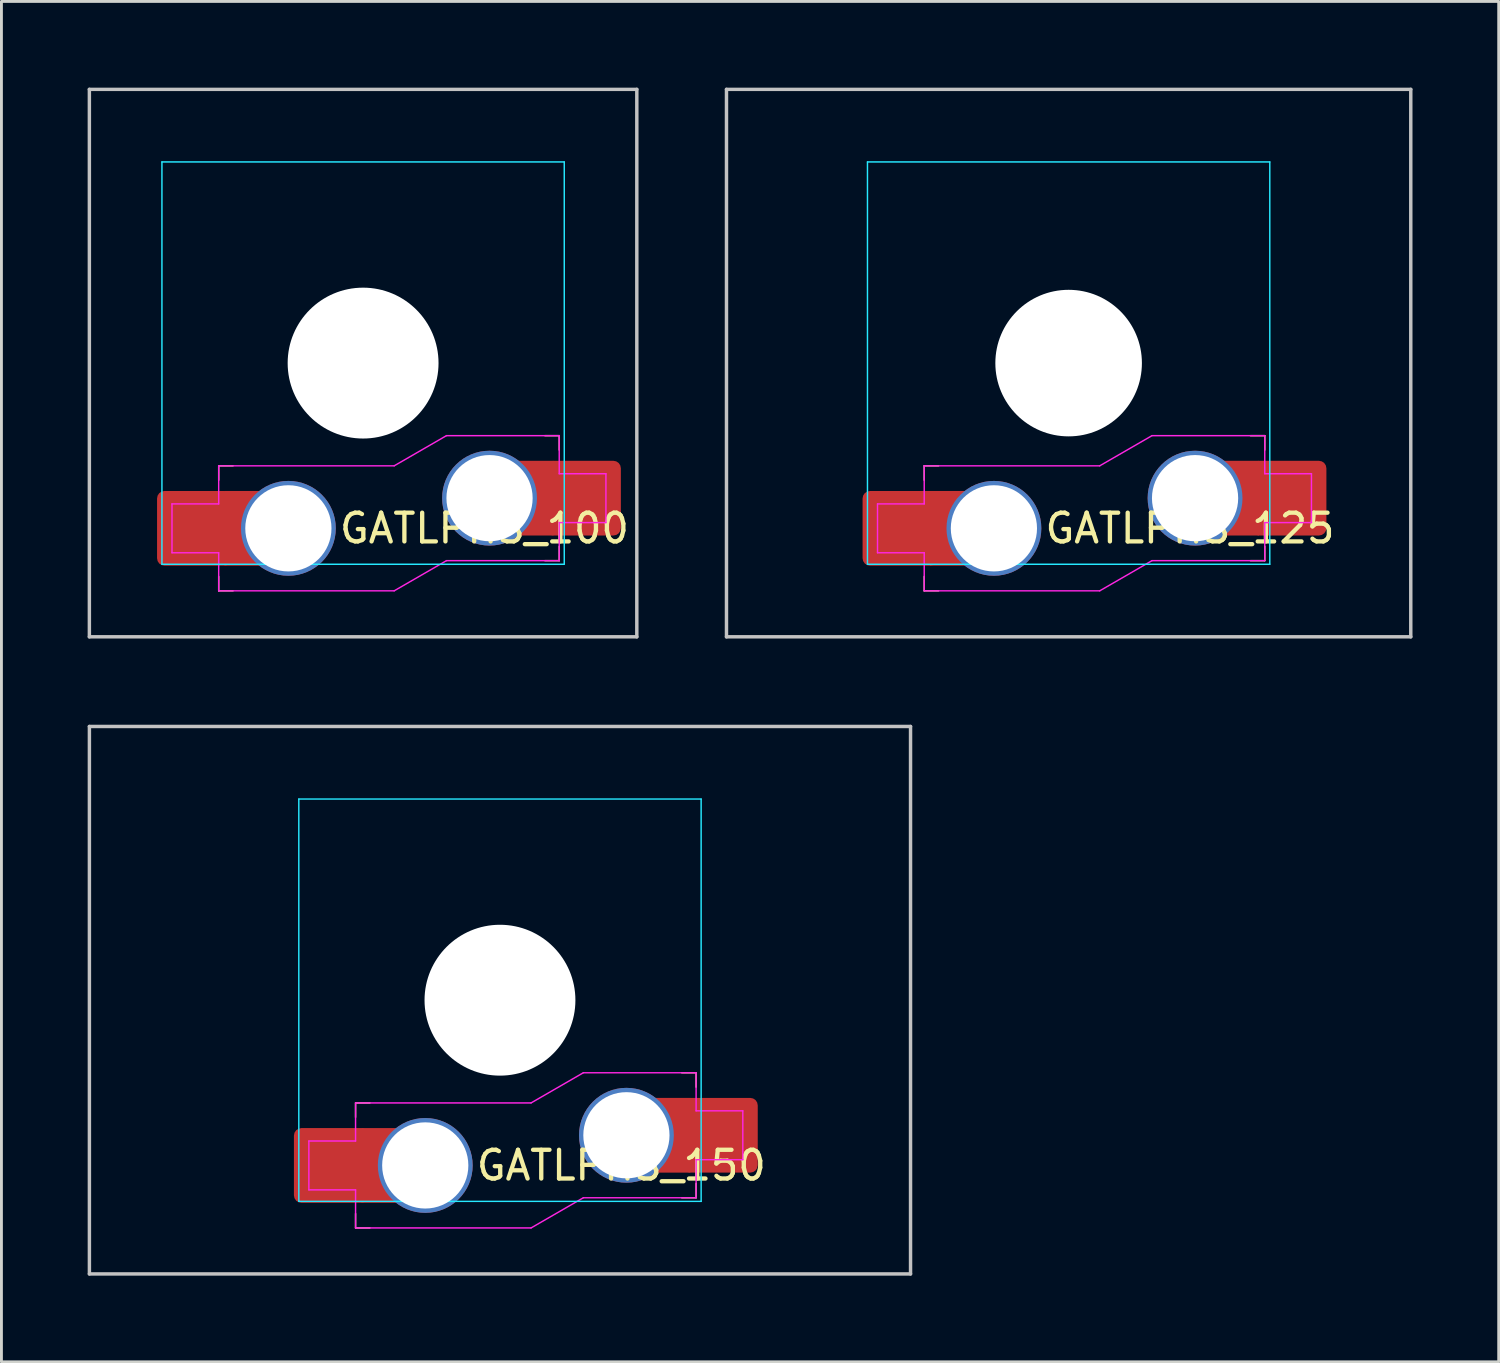
<source format=kicad_pcb>
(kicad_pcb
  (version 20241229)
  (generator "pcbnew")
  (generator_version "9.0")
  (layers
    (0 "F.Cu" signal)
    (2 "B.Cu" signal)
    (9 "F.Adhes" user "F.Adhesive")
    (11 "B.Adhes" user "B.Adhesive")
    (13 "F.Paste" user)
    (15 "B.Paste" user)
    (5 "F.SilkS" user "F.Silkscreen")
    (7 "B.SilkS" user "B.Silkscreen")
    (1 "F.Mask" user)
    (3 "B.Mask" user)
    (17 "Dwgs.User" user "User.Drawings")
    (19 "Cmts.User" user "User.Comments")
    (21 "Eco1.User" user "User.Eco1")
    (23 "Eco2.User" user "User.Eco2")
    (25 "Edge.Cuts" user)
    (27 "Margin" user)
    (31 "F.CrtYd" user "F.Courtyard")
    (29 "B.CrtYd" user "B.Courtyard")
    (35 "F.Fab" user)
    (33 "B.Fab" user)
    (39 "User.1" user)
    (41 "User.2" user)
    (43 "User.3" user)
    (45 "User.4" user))
  (footprint "GATLPHS_125"
    (layer "F.Cu")
    (at 34.136 9.585)
    (property "Reference" "GATLPHS_125" (at -0.9 5.75 180) (layer "F.SilkS") (effects (font (size 1 1) (thickness 0.15)) (justify left)))
    (attr smd)
    (fp_line (start -5.025 4.075) (end -5.025 3.575) (stroke (width 0.05) (type solid)) (layer "F.SilkS"))
    (fp_line (start -5.025 7.425) (end -5.025 7.925) (stroke (width 0.05) (type solid)) (layer "F.SilkS"))
    (fp_line (start -4.525 3.575) (end -5.025 3.575) (stroke (width 0.05) (type solid)) (layer "F.SilkS"))
    (fp_line (start -4.525 7.925) (end -5.025 7.925) (stroke (width 0.05) (type solid)) (layer "F.SilkS"))
    (fp_line (start 6.325 2.525) (end 6.825 2.525) (stroke (width 0.05) (type solid)) (layer "F.SilkS"))
    (fp_line (start 6.825 3.025) (end 6.825 2.525) (stroke (width 0.05) (type solid)) (layer "F.SilkS"))
    (fp_line (start 6.825 6.875) (end 6.325 6.875) (stroke (width 0.05) (type solid)) (layer "F.SilkS"))
    (fp_line (start 6.825 6.875) (end 6.825 6.375) (stroke (width 0.05) (type solid)) (layer "F.SilkS"))
    (fp_line (start -11.906 -9.525) (end 11.906 -9.525) (stroke (width 0.12) (type solid)) (layer "Dwgs.User"))
    (fp_line (start -11.906 9.525) (end -11.906 -9.525) (stroke (width 0.12) (type solid)) (layer "Dwgs.User"))
    (fp_line (start 11.906 -9.525) (end 11.906 9.525) (stroke (width 0.12) (type solid)) (layer "Dwgs.User"))
    (fp_line (start 11.906 9.525) (end -11.906 9.525) (stroke (width 0.12) (type solid)) (layer "Dwgs.User"))
    (fp_line (start -7 -7) (end -7 7) (stroke (width 0.05) (type solid)) (layer "B.CrtYd"))
    (fp_line (start -7 7) (end 7 7) (stroke (width 0.05) (type solid)) (layer "B.CrtYd"))
    (fp_line (start 7 -7) (end -7 -7) (stroke (width 0.05) (type solid)) (layer "B.CrtYd"))
    (fp_line (start 7 7) (end 7 -7) (stroke (width 0.05) (type solid)) (layer "B.CrtYd"))
    (fp_line (start -6.65 4.9) (end -5.025 4.9) (stroke (width 0.05) (type solid)) (layer "F.CrtYd"))
    (fp_line (start -6.65 6.6) (end -6.65 4.9) (stroke (width 0.05) (type solid)) (layer "F.CrtYd"))
    (fp_line (start -5.025 4.9) (end -5.025 3.575) (stroke (width 0.05) (type solid)) (layer "F.CrtYd"))
    (fp_line (start -5.025 6.6) (end -6.65 6.6) (stroke (width 0.05) (type solid)) (layer "F.CrtYd"))
    (fp_line (start -5.025 6.6) (end -5.025 7.925) (stroke (width 0.05) (type solid)) (layer "F.CrtYd"))
    (fp_line (start -5.025 7.925) (end 1.081 7.925) (stroke (width 0.05) (type solid)) (layer "F.CrtYd"))
    (fp_line (start 1.081 3.575) (end -5.025 3.575) (stroke (width 0.05) (type solid)) (layer "F.CrtYd"))
    (fp_line (start 1.081 7.925) (end 2.9 6.875) (stroke (width 0.05) (type solid)) (layer "F.CrtYd"))
    (fp_line (start 2.9 2.525) (end 1.081 3.575) (stroke (width 0.05) (type solid)) (layer "F.CrtYd"))
    (fp_line (start 2.9 6.875) (end 6.825 6.875) (stroke (width 0.05) (type solid)) (layer "F.CrtYd"))
    (fp_line (start 6.825 2.525) (end 2.9 2.525) (stroke (width 0.05) (type solid)) (layer "F.CrtYd"))
    (fp_line (start 6.825 3.85) (end 6.825 2.525) (stroke (width 0.05) (type solid)) (layer "F.CrtYd"))
    (fp_line (start 6.825 5.55) (end 8.45 5.55) (stroke (width 0.05) (type solid)) (layer "F.CrtYd"))
    (fp_line (start 6.825 6.875) (end 6.825 5.55) (stroke (width 0.05) (type solid)) (layer "F.CrtYd"))
    (fp_line (start 8.45 3.85) (end 6.825 3.85) (stroke (width 0.05) (type solid)) (layer "F.CrtYd"))
    (fp_line (start 8.45 5.55) (end 8.45 3.85) (stroke (width 0.05) (type solid)) (layer "F.CrtYd"))
    (pad "" np_thru_hole circle (at 0 0 180) (size 5.1 5.1) (drill 5.1) (layers "*.Cu" "*.Mask"))
    (pad "1" thru_hole circle (at 4.4 4.7) (size 3.3 3.3) (drill 3) (layers "*.Cu" "F.Mask"))
    (pad "1" smd rect (at 6 4.7) (size 1.25 2.6) (layers "F.Cu"))
    (pad "1" smd roundrect (at 7.67 4.7) (size 2.6 2.6) (layers "F.Cu" "F.Mask" "F.Paste") (roundrect_rratio 0.1))
    (pad "2" smd roundrect (at -5.87 5.75) (size 2.6 2.6) (layers "F.Cu" "F.Mask" "F.Paste") (roundrect_rratio 0.1))
    (pad "2" smd rect (at -4.2 5.75 180) (size 1.25 2.6) (layers "F.Cu"))
    (pad "2" thru_hole circle (at -2.6 5.75) (size 3.3 3.3) (drill 3) (layers "*.Cu" "F.Mask")))
  (footprint "GATLPHS_100"
    (layer "F.Cu")
    (at 9.585 9.585)
    (property "Reference" "GATLPHS_100" (at -0.9 5.75 180) (layer "F.SilkS") (effects (font (size 1 1) (thickness 0.15)) (justify left)))
    (attr smd)
    (fp_line (start -5.025 4.075) (end -5.025 3.575) (stroke (width 0.05) (type solid)) (layer "F.SilkS"))
    (fp_line (start -5.025 7.425) (end -5.025 7.925) (stroke (width 0.05) (type solid)) (layer "F.SilkS"))
    (fp_line (start -4.525 3.575) (end -5.025 3.575) (stroke (width 0.05) (type solid)) (layer "F.SilkS"))
    (fp_line (start -4.525 7.925) (end -5.025 7.925) (stroke (width 0.05) (type solid)) (layer "F.SilkS"))
    (fp_line (start 6.325 2.525) (end 6.825 2.525) (stroke (width 0.05) (type solid)) (layer "F.SilkS"))
    (fp_line (start 6.825 3.025) (end 6.825 2.525) (stroke (width 0.05) (type solid)) (layer "F.SilkS"))
    (fp_line (start 6.825 6.875) (end 6.325 6.875) (stroke (width 0.05) (type solid)) (layer "F.SilkS"))
    (fp_line (start 6.825 6.875) (end 6.825 6.375) (stroke (width 0.05) (type solid)) (layer "F.SilkS"))
    (fp_line (start -9.525 -9.525) (end 9.525 -9.525) (stroke (width 0.12) (type solid)) (layer "Dwgs.User"))
    (fp_line (start -9.525 9.525) (end -9.525 -9.525) (stroke (width 0.12) (type solid)) (layer "Dwgs.User"))
    (fp_line (start 9.525 -9.525) (end 9.525 9.525) (stroke (width 0.12) (type solid)) (layer "Dwgs.User"))
    (fp_line (start 9.525 9.525) (end -9.525 9.525) (stroke (width 0.12) (type solid)) (layer "Dwgs.User"))
    (fp_line (start -7 -7) (end -7 7) (stroke (width 0.05) (type solid)) (layer "B.CrtYd"))
    (fp_line (start -7 7) (end 7 7) (stroke (width 0.05) (type solid)) (layer "B.CrtYd"))
    (fp_line (start 7 -7) (end -7 -7) (stroke (width 0.05) (type solid)) (layer "B.CrtYd"))
    (fp_line (start 7 7) (end 7 -7) (stroke (width 0.05) (type solid)) (layer "B.CrtYd"))
    (fp_line (start -6.65 4.9) (end -5.025 4.9) (stroke (width 0.05) (type solid)) (layer "F.CrtYd"))
    (fp_line (start -6.65 6.6) (end -6.65 4.9) (stroke (width 0.05) (type solid)) (layer "F.CrtYd"))
    (fp_line (start -5.025 4.9) (end -5.025 3.575) (stroke (width 0.05) (type solid)) (layer "F.CrtYd"))
    (fp_line (start -5.025 6.6) (end -6.65 6.6) (stroke (width 0.05) (type solid)) (layer "F.CrtYd"))
    (fp_line (start -5.025 6.6) (end -5.025 7.925) (stroke (width 0.05) (type solid)) (layer "F.CrtYd"))
    (fp_line (start -5.025 7.925) (end 1.081 7.925) (stroke (width 0.05) (type solid)) (layer "F.CrtYd"))
    (fp_line (start 1.081 3.575) (end -5.025 3.575) (stroke (width 0.05) (type solid)) (layer "F.CrtYd"))
    (fp_line (start 1.081 7.925) (end 2.9 6.875) (stroke (width 0.05) (type solid)) (layer "F.CrtYd"))
    (fp_line (start 2.9 2.525) (end 1.081 3.575) (stroke (width 0.05) (type solid)) (layer "F.CrtYd"))
    (fp_line (start 2.9 6.875) (end 6.825 6.875) (stroke (width 0.05) (type solid)) (layer "F.CrtYd"))
    (fp_line (start 6.825 2.525) (end 2.9 2.525) (stroke (width 0.05) (type solid)) (layer "F.CrtYd"))
    (fp_line (start 6.825 3.85) (end 6.825 2.525) (stroke (width 0.05) (type solid)) (layer "F.CrtYd"))
    (fp_line (start 6.825 5.55) (end 8.45 5.55) (stroke (width 0.05) (type solid)) (layer "F.CrtYd"))
    (fp_line (start 6.825 6.875) (end 6.825 5.55) (stroke (width 0.05) (type solid)) (layer "F.CrtYd"))
    (fp_line (start 8.45 3.85) (end 6.825 3.85) (stroke (width 0.05) (type solid)) (layer "F.CrtYd"))
    (fp_line (start 8.45 5.55) (end 8.45 3.85) (stroke (width 0.05) (type solid)) (layer "F.CrtYd"))
    (pad "" np_thru_hole circle (at 0 0 180) (size 5.25 5.25) (drill 5.25) (layers "*.Cu" "*.Mask"))
    (pad "1" thru_hole circle (at 4.4 4.7) (size 3.3 3.3) (drill 3) (layers "*.Cu" "F.Mask"))
    (pad "1" smd rect (at 6 4.7) (size 1.25 2.6) (layers "F.Cu"))
    (pad "1" smd roundrect (at 7.67 4.7) (size 2.6 2.6) (layers "F.Cu" "F.Mask" "F.Paste") (roundrect_rratio 0.1))
    (pad "2" smd roundrect (at -5.87 5.75) (size 2.6 2.6) (layers "F.Cu" "F.Mask" "F.Paste") (roundrect_rratio 0.1))
    (pad "2" smd rect (at -4.2 5.75 180) (size 1.25 2.6) (layers "F.Cu"))
    (pad "2" thru_hole circle (at -2.6 5.75) (size 3.3 3.3) (drill 3) (layers "*.Cu" "F.Mask")))
  (footprint "GATLPHS_150"
    (layer "F.Cu")
    (at 14.348 31.755)
    (property "Reference" "GATLPHS_150" (at -0.9 5.75 180) (layer "F.SilkS") (effects (font (size 1 1) (thickness 0.15)) (justify left)))
    (attr smd)
    (fp_line (start -5.025 4.075) (end -5.025 3.575) (stroke (width 0.05) (type solid)) (layer "F.SilkS"))
    (fp_line (start -5.025 7.425) (end -5.025 7.925) (stroke (width 0.05) (type solid)) (layer "F.SilkS"))
    (fp_line (start -4.525 3.575) (end -5.025 3.575) (stroke (width 0.05) (type solid)) (layer "F.SilkS"))
    (fp_line (start -4.525 7.925) (end -5.025 7.925) (stroke (width 0.05) (type solid)) (layer "F.SilkS"))
    (fp_line (start 6.325 2.525) (end 6.825 2.525) (stroke (width 0.05) (type solid)) (layer "F.SilkS"))
    (fp_line (start 6.825 3.025) (end 6.825 2.525) (stroke (width 0.05) (type solid)) (layer "F.SilkS"))
    (fp_line (start 6.825 6.875) (end 6.325 6.875) (stroke (width 0.05) (type solid)) (layer "F.SilkS"))
    (fp_line (start 6.825 6.875) (end 6.825 6.375) (stroke (width 0.05) (type solid)) (layer "F.SilkS"))
    (fp_line (start -14.287 9.525) (end -14.287 -9.525) (stroke (width 0.12) (type solid)) (layer "Dwgs.User"))
    (fp_line (start -14.287 9.525) (end 14.287 9.525) (stroke (width 0.12) (type solid)) (layer "Dwgs.User"))
    (fp_line (start 14.287 -9.525) (end -14.287 -9.525) (stroke (width 0.12) (type solid)) (layer "Dwgs.User"))
    (fp_line (start 14.287 -9.525) (end 14.287 9.525) (stroke (width 0.12) (type solid)) (layer "Dwgs.User"))
    (fp_line (start -7 -7) (end -7 7) (stroke (width 0.05) (type solid)) (layer "B.CrtYd"))
    (fp_line (start -7 7) (end 7 7) (stroke (width 0.05) (type solid)) (layer "B.CrtYd"))
    (fp_line (start 7 -7) (end -7 -7) (stroke (width 0.05) (type solid)) (layer "B.CrtYd"))
    (fp_line (start 7 7) (end 7 -7) (stroke (width 0.05) (type solid)) (layer "B.CrtYd"))
    (fp_line (start -6.65 4.9) (end -5.025 4.9) (stroke (width 0.05) (type solid)) (layer "F.CrtYd"))
    (fp_line (start -6.65 6.6) (end -6.65 4.9) (stroke (width 0.05) (type solid)) (layer "F.CrtYd"))
    (fp_line (start -5.025 4.9) (end -5.025 3.575) (stroke (width 0.05) (type solid)) (layer "F.CrtYd"))
    (fp_line (start -5.025 6.6) (end -6.65 6.6) (stroke (width 0.05) (type solid)) (layer "F.CrtYd"))
    (fp_line (start -5.025 6.6) (end -5.025 7.925) (stroke (width 0.05) (type solid)) (layer "F.CrtYd"))
    (fp_line (start -5.025 7.925) (end 1.081 7.925) (stroke (width 0.05) (type solid)) (layer "F.CrtYd"))
    (fp_line (start 1.081 3.575) (end -5.025 3.575) (stroke (width 0.05) (type solid)) (layer "F.CrtYd"))
    (fp_line (start 1.081 7.925) (end 2.9 6.875) (stroke (width 0.05) (type solid)) (layer "F.CrtYd"))
    (fp_line (start 2.9 2.525) (end 1.081 3.575) (stroke (width 0.05) (type solid)) (layer "F.CrtYd"))
    (fp_line (start 2.9 6.875) (end 6.825 6.875) (stroke (width 0.05) (type solid)) (layer "F.CrtYd"))
    (fp_line (start 6.825 2.525) (end 2.9 2.525) (stroke (width 0.05) (type solid)) (layer "F.CrtYd"))
    (fp_line (start 6.825 3.85) (end 6.825 2.525) (stroke (width 0.05) (type solid)) (layer "F.CrtYd"))
    (fp_line (start 6.825 5.55) (end 8.45 5.55) (stroke (width 0.05) (type solid)) (layer "F.CrtYd"))
    (fp_line (start 6.825 6.875) (end 6.825 5.55) (stroke (width 0.05) (type solid)) (layer "F.CrtYd"))
    (fp_line (start 8.45 3.85) (end 6.825 3.85) (stroke (width 0.05) (type solid)) (layer "F.CrtYd"))
    (fp_line (start 8.45 5.55) (end 8.45 3.85) (stroke (width 0.05) (type solid)) (layer "F.CrtYd"))
    (pad "" np_thru_hole circle (at 0 0 180) (size 5.25 5.25) (drill 5.25) (layers "*.Cu" "*.Mask"))
    (pad "1" thru_hole circle (at 4.4 4.7) (size 3.3 3.3) (drill 3) (layers "*.Cu" "F.Mask"))
    (pad "1" smd rect (at 6 4.7) (size 1.25 2.6) (layers "F.Cu"))
    (pad "1" smd roundrect (at 7.67 4.7) (size 2.6 2.6) (layers "F.Cu" "F.Mask" "F.Paste") (roundrect_rratio 0.1))
    (pad "2" smd roundrect (at -5.87 5.75) (size 2.6 2.6) (layers "F.Cu" "F.Mask" "F.Paste") (roundrect_rratio 0.1))
    (pad "2" smd rect (at -4.2 5.75 180) (size 1.25 2.6) (layers "F.Cu"))
    (pad "2" thru_hole circle (at -2.6 5.75) (size 3.3 3.3) (drill 3) (layers "*.Cu" "F.Mask")))
  (gr_rect
    (start -3 -3)
    (end 49.102 44.34)
    (stroke (width 0.1) (type default))
    (fill no)
    (layer "Edge.Cuts")))
</source>
